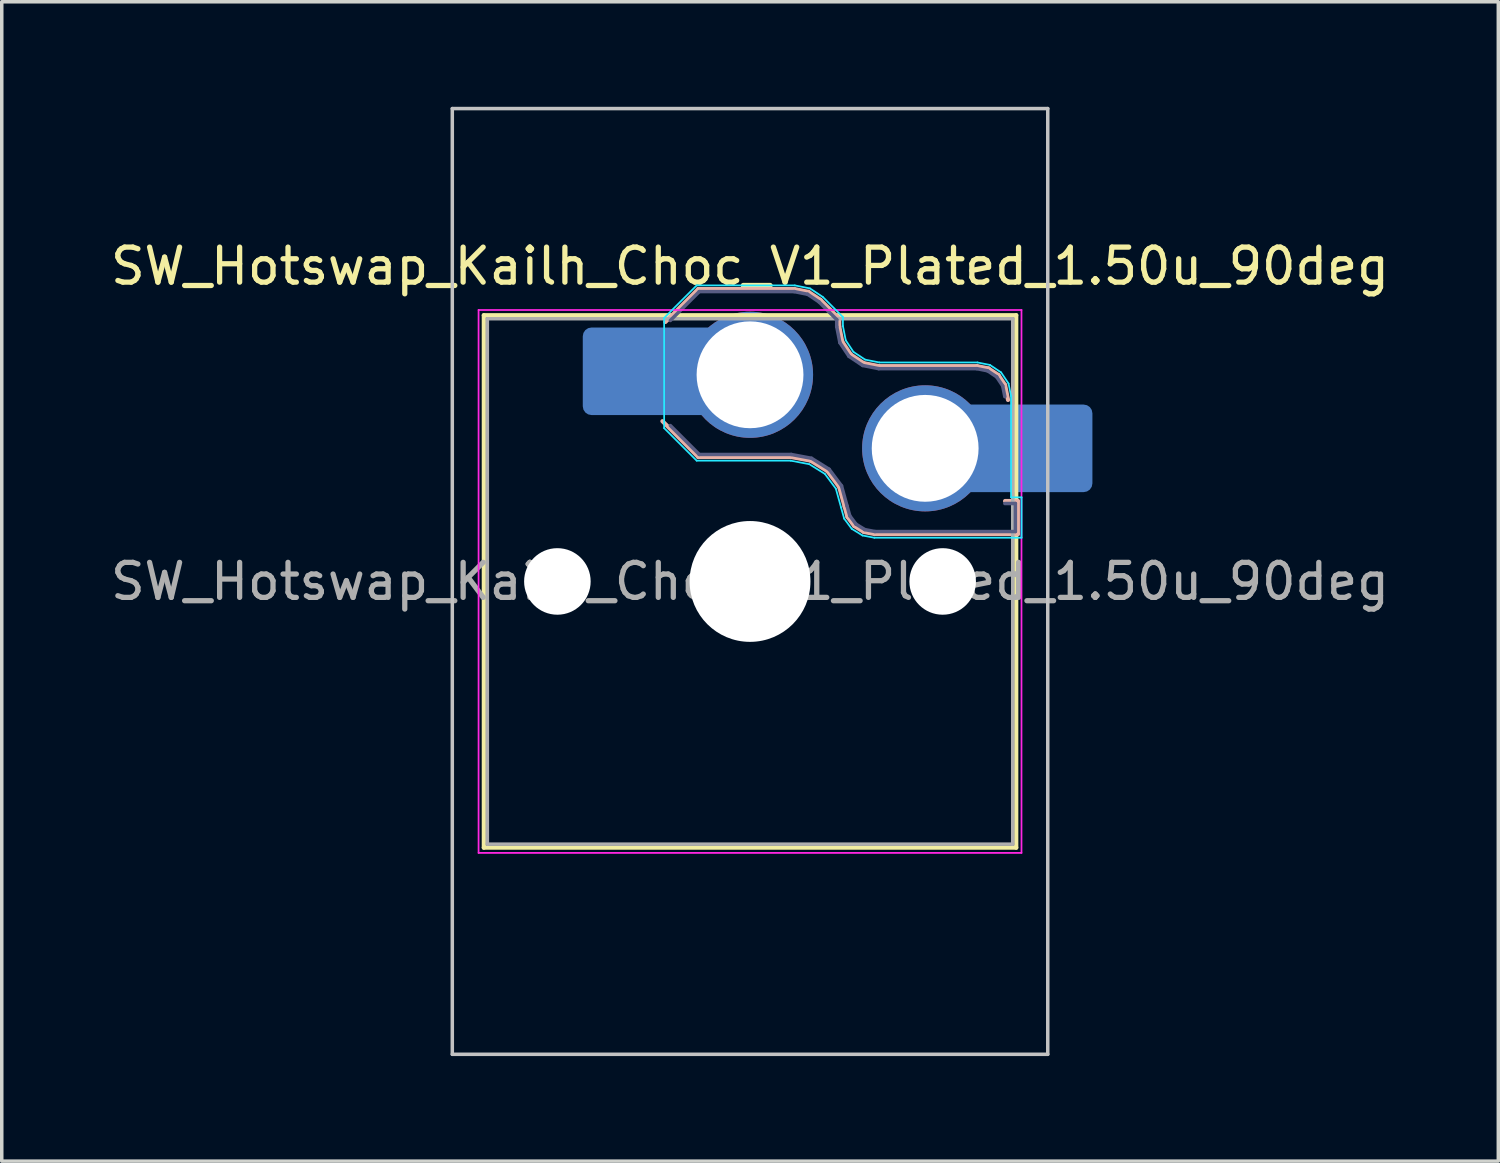
<source format=kicad_pcb>
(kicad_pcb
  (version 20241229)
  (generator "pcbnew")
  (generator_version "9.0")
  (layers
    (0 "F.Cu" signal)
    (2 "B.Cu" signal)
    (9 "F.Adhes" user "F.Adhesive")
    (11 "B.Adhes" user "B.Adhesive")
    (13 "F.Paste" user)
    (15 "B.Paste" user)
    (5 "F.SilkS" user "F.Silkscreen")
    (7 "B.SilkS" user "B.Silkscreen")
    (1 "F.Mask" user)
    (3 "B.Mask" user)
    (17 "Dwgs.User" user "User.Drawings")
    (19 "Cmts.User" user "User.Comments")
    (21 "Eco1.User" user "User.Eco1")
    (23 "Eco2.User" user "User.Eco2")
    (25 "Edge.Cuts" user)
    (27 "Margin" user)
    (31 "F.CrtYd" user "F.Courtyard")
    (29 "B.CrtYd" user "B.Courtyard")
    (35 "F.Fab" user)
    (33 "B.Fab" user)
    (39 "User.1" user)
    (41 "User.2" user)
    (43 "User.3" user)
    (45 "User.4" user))
  (footprint "SW_Hotswap_Kailh_Choc_V1_Plated_1.50u_90deg"
    (layer "F.Cu")
    (at 18.363 13.55)
    (property "Reference" "SW_Hotswap_Kailh_Choc_V1_Plated_1.50u_90deg" (at 0 -9 0) (layer "F.SilkS") (effects (font (size 1 1) (thickness 0.15))))
    (attr smd)
    (fp_line (start -7.6 -7.6) (end -7.6 7.6) (stroke (width 0.12) (type solid)) (layer "F.SilkS"))
    (fp_line (start -7.6 7.6) (end 7.6 7.6) (stroke (width 0.12) (type solid)) (layer "F.SilkS"))
    (fp_line (start 7.6 -7.6) (end -7.6 -7.6) (stroke (width 0.12) (type solid)) (layer "F.SilkS"))
    (fp_line (start 7.6 7.6) (end 7.6 -7.6) (stroke (width 0.12) (type solid)) (layer "F.SilkS"))
    (fp_line (start -2.416 -7.409) (end -1.479 -8.346) (stroke (width 0.12) (type solid)) (layer "B.SilkS"))
    (fp_line (start -1.479 -8.346) (end 1.268 -8.346) (stroke (width 0.12) (type solid)) (layer "B.SilkS"))
    (fp_line (start -1.479 -3.554) (end -2.5 -4.575) (stroke (width 0.12) (type solid)) (layer "B.SilkS"))
    (fp_line (start 1.168 -3.554) (end -1.479 -3.554) (stroke (width 0.12) (type solid)) (layer "B.SilkS"))
    (fp_line (start 1.268 -8.346) (end 1.671 -8.266) (stroke (width 0.12) (type solid)) (layer "B.SilkS"))
    (fp_line (start 1.671 -8.266) (end 2.013 -8.037) (stroke (width 0.12) (type solid)) (layer "B.SilkS"))
    (fp_line (start 1.73 -3.449) (end 1.168 -3.554) (stroke (width 0.12) (type solid)) (layer "B.SilkS"))
    (fp_line (start 2.013 -8.037) (end 2.546 -7.504) (stroke (width 0.12) (type solid)) (layer "B.SilkS"))
    (fp_line (start 2.209 -3.15) (end 1.73 -3.449) (stroke (width 0.12) (type solid)) (layer "B.SilkS"))
    (fp_line (start 2.546 -7.504) (end 2.546 -7.282) (stroke (width 0.12) (type solid)) (layer "B.SilkS"))
    (fp_line (start 2.546 -7.282) (end 2.633 -6.844) (stroke (width 0.12) (type solid)) (layer "B.SilkS"))
    (fp_line (start 2.547 -2.697) (end 2.209 -3.15) (stroke (width 0.12) (type solid)) (layer "B.SilkS"))
    (fp_line (start 2.633 -6.844) (end 2.877 -6.477) (stroke (width 0.12) (type solid)) (layer "B.SilkS"))
    (fp_line (start 2.701 -2.139) (end 2.547 -2.697) (stroke (width 0.12) (type solid)) (layer "B.SilkS"))
    (fp_line (start 2.783 -1.841) (end 2.701 -2.139) (stroke (width 0.12) (type solid)) (layer "B.SilkS"))
    (fp_line (start 2.877 -6.477) (end 3.244 -6.233) (stroke (width 0.12) (type solid)) (layer "B.SilkS"))
    (fp_line (start 2.976 -1.583) (end 2.783 -1.841) (stroke (width 0.12) (type solid)) (layer "B.SilkS"))
    (fp_line (start 3.244 -6.233) (end 3.682 -6.146) (stroke (width 0.12) (type solid)) (layer "B.SilkS"))
    (fp_line (start 3.25 -1.413) (end 2.976 -1.583) (stroke (width 0.12) (type solid)) (layer "B.SilkS"))
    (fp_line (start 3.56 -1.354) (end 3.25 -1.413) (stroke (width 0.12) (type solid)) (layer "B.SilkS"))
    (fp_line (start 3.682 -6.146) (end 6.482 -6.146) (stroke (width 0.12) (type solid)) (layer "B.SilkS"))
    (fp_line (start 6.482 -6.146) (end 6.809 -6.081) (stroke (width 0.12) (type solid)) (layer "B.SilkS"))
    (fp_line (start 6.809 -6.081) (end 7.092 -5.892) (stroke (width 0.12) (type solid)) (layer "B.SilkS"))
    (fp_line (start 7.092 -5.892) (end 7.281 -5.609) (stroke (width 0.12) (type solid)) (layer "B.SilkS"))
    (fp_line (start 7.281 -5.609) (end 7.366 -5.182) (stroke (width 0.12) (type solid)) (layer "B.SilkS"))
    (fp_line (start 7.283 -2.296) (end 7.646 -2.296) (stroke (width 0.12) (type solid)) (layer "B.SilkS"))
    (fp_line (start 7.646 -2.296) (end 7.646 -1.354) (stroke (width 0.12) (type solid)) (layer "B.SilkS"))
    (fp_line (start 7.646 -1.354) (end 3.56 -1.354) (stroke (width 0.12) (type solid)) (layer "B.SilkS"))
    (fp_line (start -8.5 -13.5) (end 8.5 -13.5) (stroke (width 0.1) (type solid)) (layer "Dwgs.User"))
    (fp_line (start -8.5 13.5) (end -8.5 -13.5) (stroke (width 0.1) (type solid)) (layer "Dwgs.User"))
    (fp_line (start 8.5 -13.5) (end 8.5 13.5) (stroke (width 0.1) (type solid)) (layer "Dwgs.User"))
    (fp_line (start 8.5 13.5) (end -8.5 13.5) (stroke (width 0.1) (type solid)) (layer "Dwgs.User"))
    (fp_line (start -7.25 -7.25) (end -7.25 7.25) (stroke (width 0.1) (type solid)) (layer "Eco1.User"))
    (fp_line (start -7.25 7.25) (end 7.25 7.25) (stroke (width 0.1) (type solid)) (layer "Eco1.User"))
    (fp_line (start 7.25 -7.25) (end -7.25 -7.25) (stroke (width 0.1) (type solid)) (layer "Eco1.User"))
    (fp_line (start 7.25 7.25) (end 7.25 -7.25) (stroke (width 0.1) (type solid)) (layer "Eco1.User"))
    (fp_line (start -2.452 -7.523) (end -1.523 -8.452) (stroke (width 0.05) (type solid)) (layer "B.CrtYd"))
    (fp_line (start -2.452 -4.377) (end -2.452 -7.523) (stroke (width 0.05) (type solid)) (layer "B.CrtYd"))
    (fp_line (start -1.523 -8.452) (end 1.278 -8.452) (stroke (width 0.05) (type solid)) (layer "B.CrtYd"))
    (fp_line (start -1.523 -3.448) (end -2.452 -4.377) (stroke (width 0.05) (type solid)) (layer "B.CrtYd"))
    (fp_line (start 1.159 -3.448) (end -1.523 -3.448) (stroke (width 0.05) (type solid)) (layer "B.CrtYd"))
    (fp_line (start 1.278 -8.452) (end 1.712 -8.366) (stroke (width 0.05) (type solid)) (layer "B.CrtYd"))
    (fp_line (start 1.691 -3.348) (end 1.159 -3.448) (stroke (width 0.05) (type solid)) (layer "B.CrtYd"))
    (fp_line (start 1.712 -8.366) (end 2.081 -8.119) (stroke (width 0.05) (type solid)) (layer "B.CrtYd"))
    (fp_line (start 2.081 -8.119) (end 2.652 -7.548) (stroke (width 0.05) (type solid)) (layer "B.CrtYd"))
    (fp_line (start 2.136 -3.071) (end 1.691 -3.348) (stroke (width 0.05) (type solid)) (layer "B.CrtYd"))
    (fp_line (start 2.45 -2.65) (end 2.136 -3.071) (stroke (width 0.05) (type solid)) (layer "B.CrtYd"))
    (fp_line (start 2.599 -2.111) (end 2.45 -2.65) (stroke (width 0.05) (type solid)) (layer "B.CrtYd"))
    (fp_line (start 2.652 -7.548) (end 2.652 -7.292) (stroke (width 0.05) (type solid)) (layer "B.CrtYd"))
    (fp_line (start 2.652 -7.292) (end 2.733 -6.885) (stroke (width 0.05) (type solid)) (layer "B.CrtYd"))
    (fp_line (start 2.687 -1.794) (end 2.599 -2.111) (stroke (width 0.05) (type solid)) (layer "B.CrtYd"))
    (fp_line (start 2.733 -6.885) (end 2.953 -6.553) (stroke (width 0.05) (type solid)) (layer "B.CrtYd"))
    (fp_line (start 2.903 -1.503) (end 2.687 -1.794) (stroke (width 0.05) (type solid)) (layer "B.CrtYd"))
    (fp_line (start 2.953 -6.553) (end 3.285 -6.333) (stroke (width 0.05) (type solid)) (layer "B.CrtYd"))
    (fp_line (start 3.211 -1.312) (end 2.903 -1.503) (stroke (width 0.05) (type solid)) (layer "B.CrtYd"))
    (fp_line (start 3.285 -6.333) (end 3.692 -6.252) (stroke (width 0.05) (type solid)) (layer "B.CrtYd"))
    (fp_line (start 3.55 -1.248) (end 3.211 -1.312) (stroke (width 0.05) (type solid)) (layer "B.CrtYd"))
    (fp_line (start 3.692 -6.252) (end 6.492 -6.252) (stroke (width 0.05) (type solid)) (layer "B.CrtYd"))
    (fp_line (start 6.492 -6.252) (end 6.85 -6.181) (stroke (width 0.05) (type solid)) (layer "B.CrtYd"))
    (fp_line (start 6.85 -6.181) (end 7.168 -5.968) (stroke (width 0.05) (type solid)) (layer "B.CrtYd"))
    (fp_line (start 7.168 -5.968) (end 7.381 -5.65) (stroke (width 0.05) (type solid)) (layer "B.CrtYd"))
    (fp_line (start 7.381 -5.65) (end 7.452 -5.292) (stroke (width 0.05) (type solid)) (layer "B.CrtYd"))
    (fp_line (start 7.452 -5.292) (end 7.452 -2.402) (stroke (width 0.05) (type solid)) (layer "B.CrtYd"))
    (fp_line (start 7.452 -2.402) (end 7.752 -2.402) (stroke (width 0.05) (type solid)) (layer "B.CrtYd"))
    (fp_line (start 7.752 -2.402) (end 7.752 -1.248) (stroke (width 0.05) (type solid)) (layer "B.CrtYd"))
    (fp_line (start 7.752 -1.248) (end 3.55 -1.248) (stroke (width 0.05) (type solid)) (layer "B.CrtYd"))
    (fp_line (start -7.75 -7.75) (end -7.75 7.75) (stroke (width 0.05) (type solid)) (layer "F.CrtYd"))
    (fp_line (start -7.75 7.75) (end 7.75 7.75) (stroke (width 0.05) (type solid)) (layer "F.CrtYd"))
    (fp_line (start 7.75 -7.75) (end -7.75 -7.75) (stroke (width 0.05) (type solid)) (layer "F.CrtYd"))
    (fp_line (start 7.75 7.75) (end 7.75 -7.75) (stroke (width 0.05) (type solid)) (layer "F.CrtYd"))
    (fp_line (start -2.275 -7.45) (end -1.45 -8.275) (stroke (width 0.1) (type solid)) (layer "B.Fab"))
    (fp_line (start -1.45 -8.275) (end 1.261 -8.275) (stroke (width 0.1) (type solid)) (layer "B.Fab"))
    (fp_line (start -1.45 -3.625) (end -2.275 -4.45) (stroke (width 0.1) (type solid)) (layer "B.Fab"))
    (fp_line (start 1.175 -3.625) (end -1.45 -3.625) (stroke (width 0.1) (type solid)) (layer "B.Fab"))
    (fp_line (start 1.261 -8.275) (end 1.643 -8.199) (stroke (width 0.1) (type solid)) (layer "B.Fab"))
    (fp_line (start 1.643 -8.199) (end 1.968 -7.982) (stroke (width 0.1) (type solid)) (layer "B.Fab"))
    (fp_line (start 1.756 -3.516) (end 1.175 -3.625) (stroke (width 0.1) (type solid)) (layer "B.Fab"))
    (fp_line (start 1.968 -7.982) (end 2.475 -7.475) (stroke (width 0.1) (type solid)) (layer "B.Fab"))
    (fp_line (start 2.258 -3.203) (end 1.756 -3.516) (stroke (width 0.1) (type solid)) (layer "B.Fab"))
    (fp_line (start 2.475 -7.475) (end 2.475 -7.275) (stroke (width 0.1) (type solid)) (layer "B.Fab"))
    (fp_line (start 2.475 -7.275) (end 2.566 -6.816) (stroke (width 0.1) (type solid)) (layer "B.Fab"))
    (fp_line (start 2.566 -6.816) (end 2.826 -6.426) (stroke (width 0.1) (type solid)) (layer "B.Fab"))
    (fp_line (start 2.612 -2.729) (end 2.258 -3.203) (stroke (width 0.1) (type solid)) (layer "B.Fab"))
    (fp_line (start 2.769 -2.158) (end 2.612 -2.729) (stroke (width 0.1) (type solid)) (layer "B.Fab"))
    (fp_line (start 2.826 -6.426) (end 3.216 -6.166) (stroke (width 0.1) (type solid)) (layer "B.Fab"))
    (fp_line (start 2.848 -1.873) (end 2.769 -2.158) (stroke (width 0.1) (type solid)) (layer "B.Fab"))
    (fp_line (start 3.025 -1.636) (end 2.848 -1.873) (stroke (width 0.1) (type solid)) (layer "B.Fab"))
    (fp_line (start 3.216 -6.166) (end 3.675 -6.075) (stroke (width 0.1) (type solid)) (layer "B.Fab"))
    (fp_line (start 3.276 -1.48) (end 3.025 -1.636) (stroke (width 0.1) (type solid)) (layer "B.Fab"))
    (fp_line (start 3.567 -1.425) (end 3.276 -1.48) (stroke (width 0.1) (type solid)) (layer "B.Fab"))
    (fp_line (start 3.675 -6.075) (end 6.475 -6.075) (stroke (width 0.1) (type solid)) (layer "B.Fab"))
    (fp_line (start 6.475 -6.075) (end 6.781 -6.014) (stroke (width 0.1) (type solid)) (layer "B.Fab"))
    (fp_line (start 6.781 -6.014) (end 7.041 -5.841) (stroke (width 0.1) (type solid)) (layer "B.Fab"))
    (fp_line (start 7.041 -5.841) (end 7.214 -5.581) (stroke (width 0.1) (type solid)) (layer "B.Fab"))
    (fp_line (start 7.214 -5.581) (end 7.275 -5.275) (stroke (width 0.1) (type solid)) (layer "B.Fab"))
    (fp_line (start 7.275 -2.225) (end 7.575 -2.225) (stroke (width 0.1) (type solid)) (layer "B.Fab"))
    (fp_line (start 7.575 -2.225) (end 7.575 -1.425) (stroke (width 0.1) (type solid)) (layer "B.Fab"))
    (fp_line (start 7.575 -1.425) (end 3.567 -1.425) (stroke (width 0.1) (type solid)) (layer "B.Fab"))
    (fp_line (start -7.5 -7.5) (end -7.5 7.5) (stroke (width 0.1) (type solid)) (layer "F.Fab"))
    (fp_line (start -7.5 7.5) (end 7.5 7.5) (stroke (width 0.1) (type solid)) (layer "F.Fab"))
    (fp_line (start 7.5 -7.5) (end -7.5 -7.5) (stroke (width 0.1) (type solid)) (layer "F.Fab"))
    (fp_line (start 7.5 7.5) (end 7.5 -7.5) (stroke (width 0.1) (type solid)) (layer "F.Fab"))
    (fp_text user "${REFERENCE}" (at 0 0 0) (layer "F.Fab") (effects (font (size 1 1) (thickness 0.15))))
    (pad "" np_thru_hole circle (at -5.5 0) (size 1.9 1.9) (drill 1.9) (layers "*.Cu" "*.Mask"))
    (pad "" smd roundrect (at -3.5 -6) (size 2.55 2.5) (layers "B.Mask" "B.Paste") (roundrect_rratio 0.1))
    (pad "" smd circle (at 0 -5.9) (size 3.1 3.1) (layers "F.Mask"))
    (pad "" np_thru_hole circle (at 0 0) (size 3.45 3.45) (drill 3.45) (layers "*.Cu" "*.Mask"))
    (pad "" smd circle (at 5 -3.8) (size 3.1 3.1) (layers "F.Mask"))
    (pad "" np_thru_hole circle (at 5.5 0) (size 1.9 1.9) (drill 1.9) (layers "*.Cu" "*.Mask"))
    (pad "" smd roundrect (at 8.5 -3.8) (size 2.55 2.5) (layers "B.Mask" "B.Paste") (roundrect_rratio 0.1))
    (pad "1" smd roundrect (at -2.85 -6) (size 3.85 2.5) (layers "B.Cu") (roundrect_rratio 0.1))
    (pad "1" thru_hole circle (at 0 -5.9) (size 3.6 3.6) (drill 3.05) (layers "*.Cu" "B.Mask"))
    (pad "2" thru_hole circle (at 5 -3.8) (size 3.6 3.6) (drill 3.05) (layers "*.Cu" "B.Mask"))
    (pad "2" smd roundrect (at 7.85 -3.8) (size 3.85 2.5) (layers "B.Cu") (roundrect_rratio 0.1)))
  (gr_rect
    (start -3 -3)
    (end 39.726 30.1)
    (stroke (width 0.1) (type default))
    (fill no)
    (layer "Edge.Cuts")))
</source>
